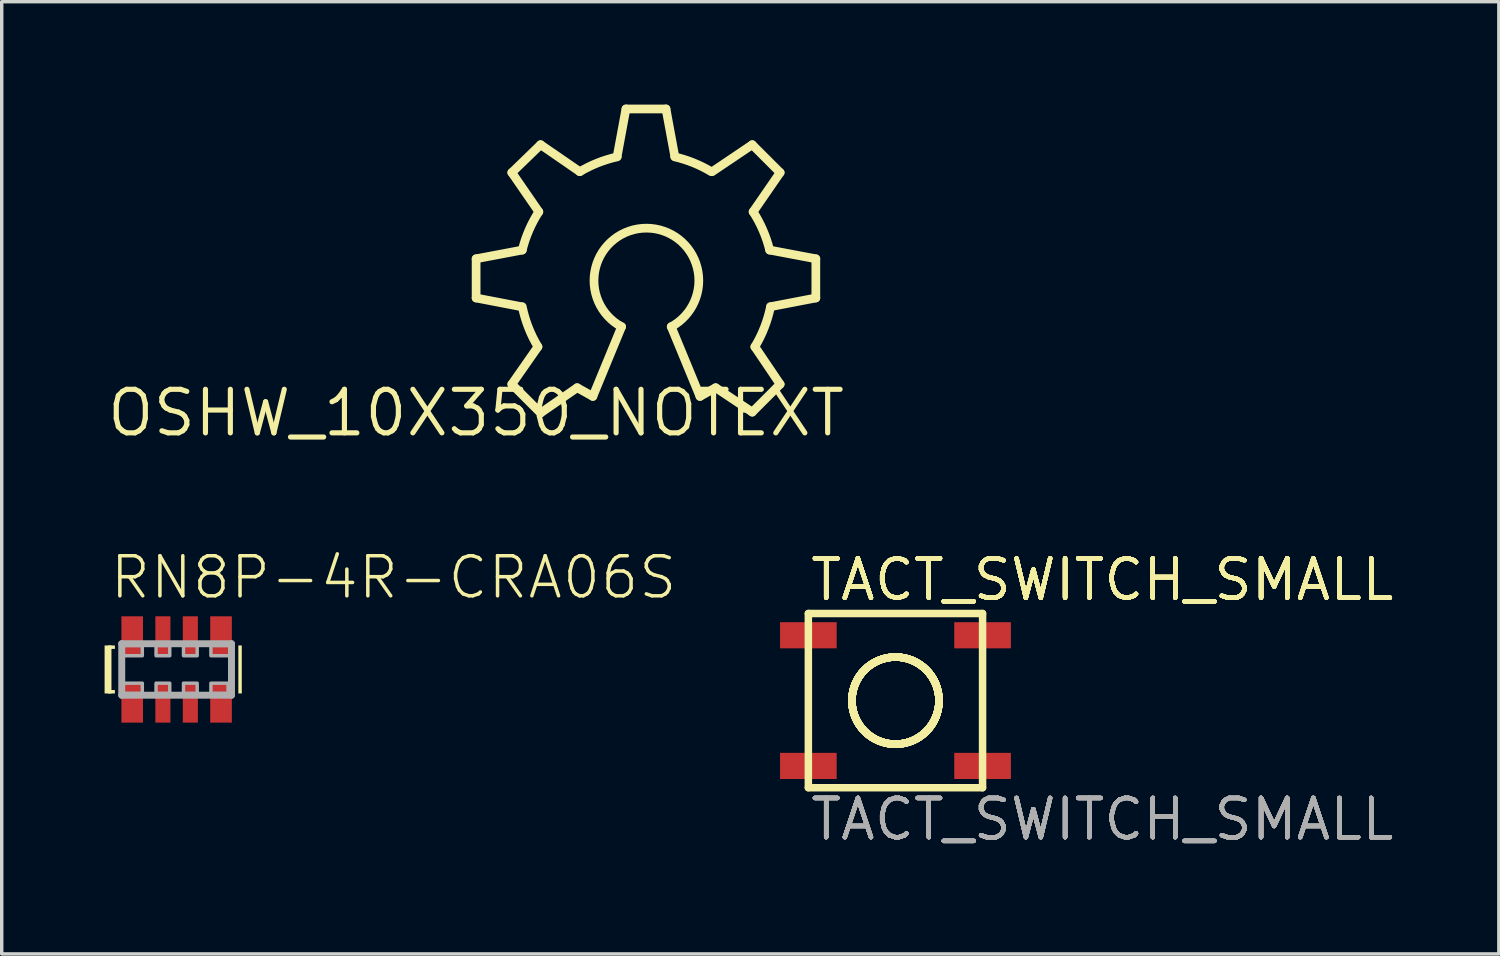
<source format=kicad_pcb>
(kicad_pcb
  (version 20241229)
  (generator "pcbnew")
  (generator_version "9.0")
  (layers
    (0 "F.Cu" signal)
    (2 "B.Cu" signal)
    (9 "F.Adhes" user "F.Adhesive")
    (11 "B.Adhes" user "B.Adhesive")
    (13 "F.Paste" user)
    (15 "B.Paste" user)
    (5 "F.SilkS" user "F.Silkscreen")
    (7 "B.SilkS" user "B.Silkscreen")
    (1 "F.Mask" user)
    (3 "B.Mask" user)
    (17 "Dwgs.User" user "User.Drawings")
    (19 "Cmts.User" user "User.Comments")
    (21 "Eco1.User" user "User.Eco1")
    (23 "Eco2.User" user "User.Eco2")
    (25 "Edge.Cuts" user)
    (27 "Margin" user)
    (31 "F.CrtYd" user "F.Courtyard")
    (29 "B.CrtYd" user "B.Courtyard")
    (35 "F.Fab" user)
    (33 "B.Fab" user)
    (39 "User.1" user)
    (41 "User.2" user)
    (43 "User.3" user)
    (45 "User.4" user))
  (footprint "TACT_SWITCH_SMALL"
    (layer "F.Cu")
    (at 23.061 17.379)
    (property "Reference" "TACT_SWITCH_SMALL" (at -2.54 -2.857 0) (layer "F.SilkS") (effects (font (size 1.143 1.143) (thickness 0.127)) (justify left bottom)))
    (property "Value" "TACT_SWITCH_SMALL" (at -2.54 4.128 0) (layer "F.Fab") (hide yes) (effects (font (size 1.143 1.143) (thickness 0.127)) (justify left bottom)))
    (fp_line (start -2.54 -2.54) (end 2.54 -2.54) (stroke (width 0.218) (type solid)) (layer "F.SilkS"))
    (fp_line (start -2.54 2.54) (end -2.54 -2.54) (stroke (width 0.218) (type solid)) (layer "F.SilkS"))
    (fp_line (start 2.54 -2.54) (end 2.54 2.54) (stroke (width 0.218) (type solid)) (layer "F.SilkS"))
    (fp_line (start 2.54 2.54) (end -2.54 2.54) (stroke (width 0.218) (type solid)) (layer "F.SilkS"))
    (fp_circle (center 0 0) (end 1.27 0) (stroke (width 0.218) (type solid)) (fill no) (layer "F.SilkS"))
    (fp_circle (center 0 0) (end 1.27 0) (stroke (width 0.218) (type solid)) (fill no) (layer "F.SilkS"))
    (fp_circle (center 0 0) (end 1.27 0) (stroke (width 0.218) (type solid)) (fill no) (layer "F.SilkS"))
    (fp_circle (center 0 0) (end 1.27 0) (stroke (width 0.218) (type solid)) (fill no) (layer "F.SilkS"))
    (fp_circle (center 0 0) (end 1.27 0) (stroke (width 0.218) (type solid)) (fill no) (layer "F.SilkS"))
    (fp_circle (center 0 0) (end 1.27 0) (stroke (width 0.218) (type solid)) (fill no) (layer "F.SilkS"))
    (fp_circle (center 0 0) (end 1.27 0) (stroke (width 0.218) (type solid)) (fill no) (layer "F.SilkS"))
    (fp_circle (center 0 0) (end 1.27 0) (stroke (width 0.218) (type solid)) (fill no) (layer "F.SilkS"))
    (fp_circle (center 0 0) (end 1.27 0) (stroke (width 0.218) (type solid)) (fill no) (layer "F.SilkS"))
    (fp_circle (center 0 0) (end 1.27 0) (stroke (width 0.218) (type solid)) (fill no) (layer "F.SilkS"))
    (fp_circle (center 0 0) (end 1.27 0) (stroke (width 0.218) (type solid)) (fill no) (layer "F.SilkS"))
    (fp_text user "${REFERENCE}" (at -2.54 -2.857 0) (layer "F.SilkS") (effects (font (size 1.143 1.143) (thickness 0.127)) (justify left bottom)))
    (fp_text user "${REFERENCE}" (at -2.54 -2.857 0) (layer "F.SilkS") (effects (font (size 1.143 1.143) (thickness 0.127)) (justify left bottom)))
    (fp_text user "${REFERENCE}" (at -2.54 -2.857 0) (layer "F.SilkS") (effects (font (size 1.143 1.143) (thickness 0.127)) (justify left bottom)))
    (fp_text user "${REFERENCE}" (at -2.54 -2.857 0) (layer "F.SilkS") (effects (font (size 1.143 1.143) (thickness 0.127)) (justify left bottom)))
    (fp_text user "${REFERENCE}" (at -2.54 -2.857 0) (layer "F.SilkS") (effects (font (size 1.143 1.143) (thickness 0.127)) (justify left bottom)))
    (fp_text user "${REFERENCE}" (at -2.54 -2.857 0) (layer "F.SilkS") (effects (font (size 1.143 1.143) (thickness 0.127)) (justify left bottom)))
    (fp_text user "${REFERENCE}" (at -2.54 -2.857 0) (layer "F.SilkS") (effects (font (size 1.143 1.143) (thickness 0.127)) (justify left bottom)))
    (fp_text user "${REFERENCE}" (at -2.54 -2.857 0) (layer "F.SilkS") (effects (font (size 1.143 1.143) (thickness 0.127)) (justify left bottom)))
    (fp_text user "${REFERENCE}" (at -2.54 -2.857 0) (layer "F.SilkS") (effects (font (size 1.143 1.143) (thickness 0.127)) (justify left bottom)))
    (fp_text user "${REFERENCE}" (at -2.54 -2.857 0) (layer "F.SilkS") (effects (font (size 1.143 1.143) (thickness 0.127)) (justify left bottom)))
    (fp_text user "${VALUE}" (at -2.54 4.128 0) (layer "F.Fab") (effects (font (size 1.143 1.143) (thickness 0.127)) (justify left bottom)))
    (fp_text user "${VALUE}" (at -2.54 4.128 0) (layer "F.Fab") (effects (font (size 1.143 1.143) (thickness 0.127)) (justify left bottom)))
    (fp_text user "${VALUE}" (at -2.54 4.128 0) (layer "F.Fab") (effects (font (size 1.143 1.143) (thickness 0.127)) (justify left bottom)))
    (fp_text user "${VALUE}" (at -2.54 4.128 0) (layer "F.Fab") (effects (font (size 1.143 1.143) (thickness 0.127)) (justify left bottom)))
    (fp_text user "${VALUE}" (at -2.54 4.128 0) (layer "F.Fab") (effects (font (size 1.143 1.143) (thickness 0.127)) (justify left bottom)))
    (fp_text user "${VALUE}" (at -2.54 4.128 0) (layer "F.Fab") (effects (font (size 1.143 1.143) (thickness 0.127)) (justify left bottom)))
    (fp_text user "${VALUE}" (at -2.54 4.128 0) (layer "F.Fab") (effects (font (size 1.143 1.143) (thickness 0.127)) (justify left bottom)))
    (fp_text user "${VALUE}" (at -2.54 4.128 0) (layer "F.Fab") (effects (font (size 1.143 1.143) (thickness 0.127)) (justify left bottom)))
    (fp_text user "${VALUE}" (at -2.54 4.128 0) (layer "F.Fab") (effects (font (size 1.143 1.143) (thickness 0.127)) (justify left bottom)))
    (fp_text user "${VALUE}" (at -2.54 4.128 0) (layer "F.Fab") (effects (font (size 1.143 1.143) (thickness 0.127)) (justify left bottom)))
    (pad "1" smd rect (at -2.54 -1.905 90) (size 0.762 1.651) (layers "F.Cu" "F.Mask" "F.Paste"))
    (pad "2" smd rect (at 2.54 -1.905 90) (size 0.762 1.651) (layers "F.Cu" "F.Mask" "F.Paste"))
    (pad "3" smd rect (at -2.54 1.905 90) (size 0.762 1.651) (layers "F.Cu" "F.Mask" "F.Paste"))
    (pad "4" smd rect (at 2.54 1.905 90) (size 0.762 1.651) (layers "F.Cu" "F.Mask" "F.Paste")))
  (footprint "RN8P-4R-CRA06S"
    (layer "F.Cu")
    (at 2.1 16.471)
    (property "Reference" "RN8P-4R-CRA06S" (at -2 -2 0) (layer "F.SilkS") (effects (font (size 1.168 1.168) (thickness 0.102)) (justify left bottom)))
    (fp_poly (pts (xy -2.1 0.7) (xy -1.9 0.7) (xy -1.9 -0.7) (xy -2.1 -0.7)) (stroke (width 0) (type default)) (fill yes) (layer "F.SilkS"))
    (fp_poly (pts (xy -2 -0.6) (xy -1.8 -0.6) (xy -1.8 -0.7) (xy -2 -0.7)) (stroke (width 0) (type default)) (fill yes) (layer "F.SilkS"))
    (fp_poly (pts (xy -2 0.7) (xy -1.8 0.7) (xy -1.8 0.6) (xy -2 0.6)) (stroke (width 0) (type default)) (fill yes) (layer "F.SilkS"))
    (fp_poly (pts (xy 1.8 0.7) (xy 1.9 0.7) (xy 1.9 -0.7) (xy 1.8 -0.7)) (stroke (width 0) (type default)) (fill yes) (layer "F.SilkS"))
    (fp_line (start -1.6 -0.75) (end 1.6 -0.75) (stroke (width 0.203) (type solid)) (layer "F.Fab"))
    (fp_line (start -1.6 0.75) (end -1.6 -0.75) (stroke (width 0.203) (type solid)) (layer "F.Fab"))
    (fp_line (start 1.6 -0.75) (end 1.6 0.75) (stroke (width 0.203) (type solid)) (layer "F.Fab"))
    (fp_line (start 1.6 0.75) (end -1.6 0.75) (stroke (width 0.203) (type solid)) (layer "F.Fab"))
    (fp_poly (pts (xy -1.6 -0.4) (xy -1 -0.4) (xy -1 -0.7) (xy -1.6 -0.7)) (stroke (width 0.1) (type default)) (fill no) (layer "F.Fab"))
    (fp_poly (pts (xy -1.6 0.7) (xy -1 0.7) (xy -1 0.4) (xy -1.6 0.4)) (stroke (width 0.1) (type default)) (fill no) (layer "F.Fab"))
    (fp_poly (pts (xy -0.6 -0.4) (xy -0.2 -0.4) (xy -0.2 -0.7) (xy -0.6 -0.7)) (stroke (width 0.1) (type default)) (fill no) (layer "F.Fab"))
    (fp_poly (pts (xy -0.6 0.7) (xy -0.2 0.7) (xy -0.2 0.4) (xy -0.6 0.4)) (stroke (width 0.1) (type default)) (fill no) (layer "F.Fab"))
    (fp_poly (pts (xy 0.2 -0.4) (xy 0.6 -0.4) (xy 0.6 -0.7) (xy 0.2 -0.7)) (stroke (width 0.1) (type default)) (fill no) (layer "F.Fab"))
    (fp_poly (pts (xy 0.2 0.7) (xy 0.6 0.7) (xy 0.6 0.4) (xy 0.2 0.4)) (stroke (width 0.1) (type default)) (fill no) (layer "F.Fab"))
    (fp_poly (pts (xy 1 -0.4) (xy 1.6 -0.4) (xy 1.6 -0.7) (xy 1 -0.7)) (stroke (width 0.1) (type default)) (fill no) (layer "F.Fab"))
    (fp_poly (pts (xy 1 0.7) (xy 1.5 0.7) (xy 1.5 0.4) (xy 1 0.4)) (stroke (width 0.1) (type default)) (fill no) (layer "F.Fab"))
    (pad "1" smd rect (at -1.295 0.975) (size 0.63 1.15) (layers "F.Cu" "F.Mask" "F.Paste"))
    (pad "2" smd rect (at -0.4 0.975) (size 0.44 1.15) (layers "F.Cu" "F.Mask" "F.Paste"))
    (pad "3" smd rect (at 0.4 0.975) (size 0.44 1.15) (layers "F.Cu" "F.Mask" "F.Paste"))
    (pad "4" smd rect (at 1.295 0.975) (size 0.63 1.15) (layers "F.Cu" "F.Mask" "F.Paste"))
    (pad "5" smd rect (at 1.295 -0.975) (size 0.63 1.15) (layers "F.Cu" "F.Mask" "F.Paste"))
    (pad "6" smd rect (at 0.4 -0.975) (size 0.44 1.15) (layers "F.Cu" "F.Mask" "F.Paste"))
    (pad "7" smd rect (at -0.4 -0.975) (size 0.44 1.15) (layers "F.Cu" "F.Mask" "F.Paste"))
    (pad "8" smd rect (at -1.295 -0.975) (size 0.63 1.15) (layers "F.Cu" "F.Mask" "F.Paste")))
  (footprint "OSHW_10X350_NOTEXT"
    (layer "F.Cu")
    (at 10.833 8.992)
    (property "Reference" "OSHW_10X350_NOTEXT" (at 0 0 0) (layer "F.SilkS") (effects (font (size 1.27 1.27) (thickness 0.15))))
    (fp_line (start 0 -4.496) (end 1.346 -4.75) (stroke (width 0.254) (type solid)) (layer "F.SilkS"))
    (fp_line (start 0 -3.353) (end 0 -4.496) (stroke (width 0.254) (type solid)) (layer "F.SilkS"))
    (fp_line (start 1.041 -7.01) (end 1.88 -7.823) (stroke (width 0.254) (type solid)) (layer "F.SilkS"))
    (fp_line (start 1.041 -0.838) (end 1.803 -1.93) (stroke (width 0.254) (type solid)) (layer "F.SilkS"))
    (fp_line (start 1.321 -3.099) (end 0 -3.353) (stroke (width 0.254) (type solid)) (layer "F.SilkS"))
    (fp_line (start 1.829 -5.867) (end 1.041 -7.01) (stroke (width 0.254) (type solid)) (layer "F.SilkS"))
    (fp_line (start 1.88 -7.823) (end 3.023 -7.036) (stroke (width 0.254) (type solid)) (layer "F.SilkS"))
    (fp_line (start 1.88 0) (end 1.041 -0.838) (stroke (width 0.254) (type solid)) (layer "F.SilkS"))
    (fp_line (start 2.946 -0.737) (end 1.88 0) (stroke (width 0.254) (type solid)) (layer "F.SilkS"))
    (fp_line (start 3.404 -0.483) (end 2.946 -0.737) (stroke (width 0.254) (type solid)) (layer "F.SilkS"))
    (fp_line (start 4.115 -7.493) (end 4.369 -8.865) (stroke (width 0.254) (type solid)) (layer "F.SilkS"))
    (fp_line (start 4.242 -2.515) (end 3.404 -0.483) (stroke (width 0.254) (type solid)) (layer "F.SilkS"))
    (fp_line (start 4.369 -8.865) (end 5.537 -8.865) (stroke (width 0.254) (type solid)) (layer "F.SilkS"))
    (fp_line (start 5.537 -8.865) (end 5.791 -7.493) (stroke (width 0.254) (type solid)) (layer "F.SilkS"))
    (fp_line (start 6.528 -0.483) (end 5.69 -2.515) (stroke (width 0.254) (type solid)) (layer "F.SilkS"))
    (fp_line (start 6.883 -7.036) (end 8.052 -7.823) (stroke (width 0.254) (type solid)) (layer "F.SilkS"))
    (fp_line (start 6.985 -0.737) (end 6.528 -0.483) (stroke (width 0.254) (type solid)) (layer "F.SilkS"))
    (fp_line (start 8.052 -7.823) (end 8.865 -7.01) (stroke (width 0.254) (type solid)) (layer "F.SilkS"))
    (fp_line (start 8.052 -0.025) (end 6.985 -0.737) (stroke (width 0.254) (type solid)) (layer "F.SilkS"))
    (fp_line (start 8.128 -1.93) (end 8.865 -0.838) (stroke (width 0.254) (type solid)) (layer "F.SilkS"))
    (fp_line (start 8.56 -4.75) (end 9.906 -4.496) (stroke (width 0.254) (type solid)) (layer "F.SilkS"))
    (fp_line (start 8.865 -7.01) (end 8.077 -5.867) (stroke (width 0.254) (type solid)) (layer "F.SilkS"))
    (fp_line (start 8.865 -0.838) (end 8.052 -0.025) (stroke (width 0.254) (type solid)) (layer "F.SilkS"))
    (fp_line (start 9.906 -4.496) (end 9.906 -3.353) (stroke (width 0.254) (type solid)) (layer "F.SilkS"))
    (fp_line (start 9.906 -3.353) (end 8.585 -3.099) (stroke (width 0.254) (type solid)) (layer "F.SilkS"))
    (fp_arc (start 1.3462 -4.7498) (mid 1.541252 -5.328571) (end 1.8288 -5.8674) (stroke (width 0.254) (type solid)) (layer "F.SilkS"))
    (fp_arc (start 1.8034 -1.9304) (mid 1.524844 -2.495052) (end 1.3462 -3.0988) (stroke (width 0.254) (type solid)) (layer "F.SilkS"))
    (fp_arc (start 3.0226 -7.0358) (mid 3.551553 -7.295072) (end 4.1148 -7.4676) (stroke (width 0.254) (type solid)) (layer "F.SilkS"))
    (fp_arc (start 4.2418 -2.5146) (mid 4.9657 -5.389289) (end 5.689599 -2.5146) (stroke (width 0.254) (type solid)) (layer "F.SilkS"))
    (fp_arc (start 5.7912 -7.4676) (mid 6.341477 -7.293396) (end 6.858 -7.0358) (stroke (width 0.254) (type solid)) (layer "F.SilkS"))
    (fp_arc (start 8.0772 -5.8674) (mid 8.364576 -5.328496) (end 8.5598 -4.7498) (stroke (width 0.254) (type solid)) (layer "F.SilkS"))
    (fp_arc (start 8.5852 -3.0988) (mid 8.406556 -2.495052) (end 8.128 -1.9304) (stroke (width 0.254) (type solid)) (layer "F.SilkS")))
  (gr_rect
    (start -3 -3)
    (end 40.655 24.766)
    (stroke (width 0.1) (type default))
    (fill no)
    (layer "Edge.Cuts")))
</source>
